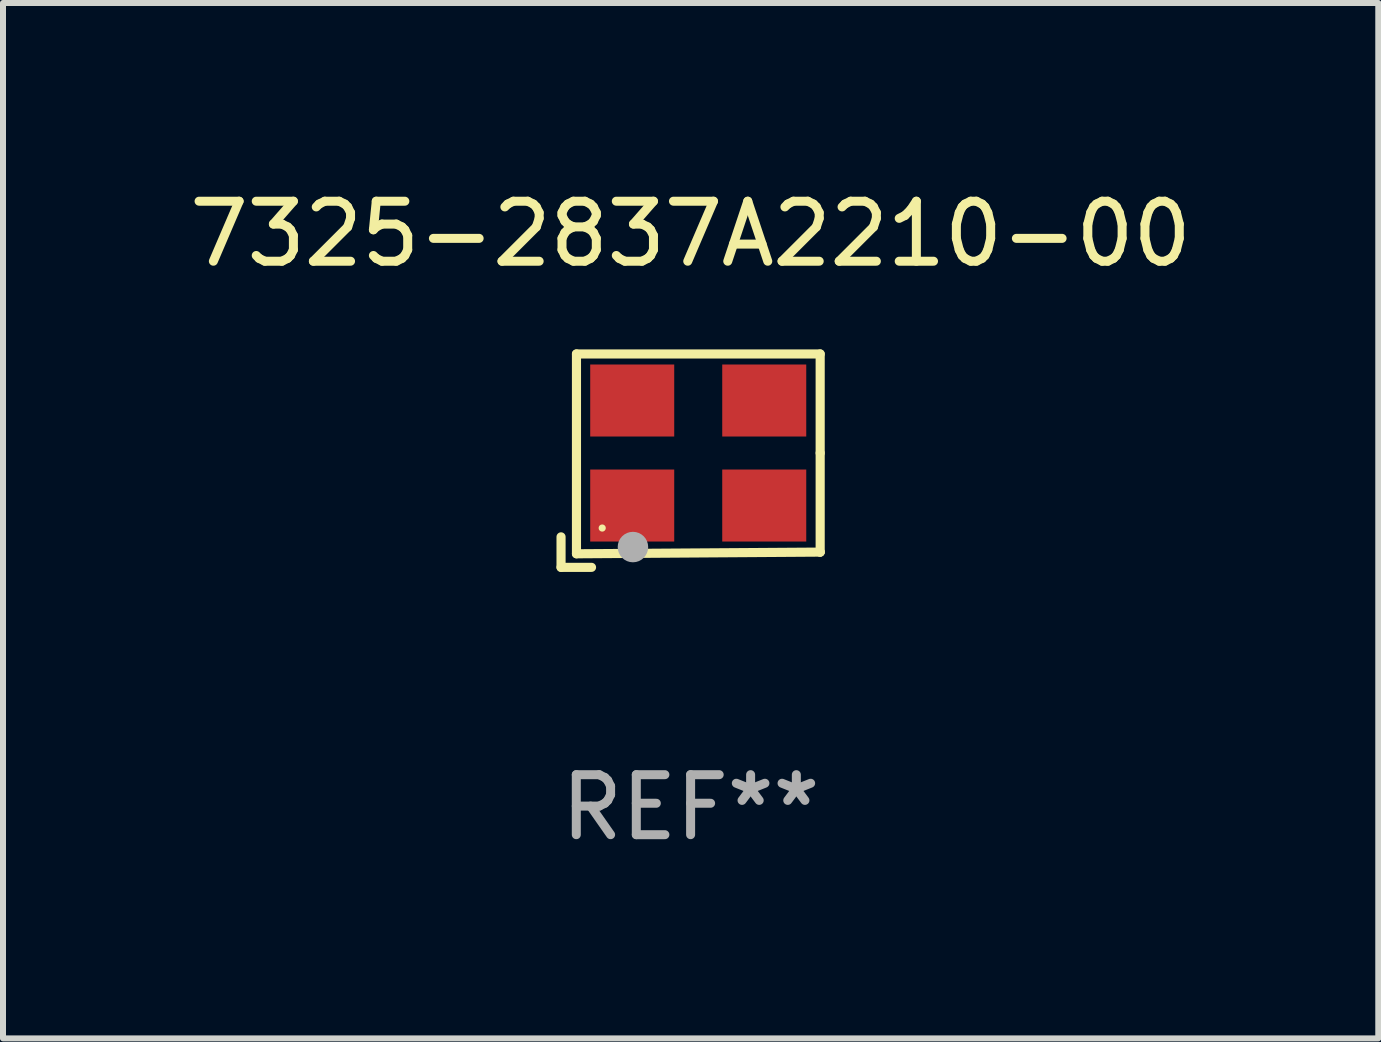
<source format=kicad_pcb>
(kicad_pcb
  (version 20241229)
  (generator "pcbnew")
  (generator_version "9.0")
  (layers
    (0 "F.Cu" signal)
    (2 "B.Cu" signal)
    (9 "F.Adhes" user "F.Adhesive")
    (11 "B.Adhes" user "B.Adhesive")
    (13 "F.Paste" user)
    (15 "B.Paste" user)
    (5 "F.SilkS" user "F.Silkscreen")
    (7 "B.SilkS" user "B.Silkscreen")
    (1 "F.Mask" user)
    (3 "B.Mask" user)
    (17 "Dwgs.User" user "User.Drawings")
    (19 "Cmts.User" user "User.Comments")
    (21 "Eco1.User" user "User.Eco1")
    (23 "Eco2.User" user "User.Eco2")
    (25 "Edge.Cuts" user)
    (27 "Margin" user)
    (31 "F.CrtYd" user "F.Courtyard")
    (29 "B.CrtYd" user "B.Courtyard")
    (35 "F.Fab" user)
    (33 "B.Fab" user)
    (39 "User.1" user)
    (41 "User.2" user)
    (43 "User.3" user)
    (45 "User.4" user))
  (footprint "7325-2837A2210-00"
    (layer "F.Cu")
    (at 8.458 4.626)
    (property "Reference" "7325-2837A2210-00" (at 0 -3.778 0) (layer "F.SilkS") (effects (font (size 1 1) (thickness 0.15))))
    (attr through_hole)
    (fp_line (start -2.159 1.27) (end -2.159 1.778) (stroke (width 0.152) (type solid)) (layer "F.SilkS"))
    (fp_line (start -2.159 1.778) (end -1.651 1.778) (stroke (width 0.152) (type solid)) (layer "F.SilkS"))
    (fp_line (start -1.902 -1.778) (end 2.159 -1.778) (stroke (width 0.152) (type solid)) (layer "F.SilkS"))
    (fp_line (start -1.902 1.552) (end -1.902 -1.778) (stroke (width 0.152) (type solid)) (layer "F.SilkS"))
    (fp_line (start 2.159 -1.778) (end 2.159 -0.127) (stroke (width 0.152) (type solid)) (layer "F.SilkS"))
    (fp_line (start 2.159 -0.127) (end 2.159 1.524) (stroke (width 0.152) (type solid)) (layer "F.SilkS"))
    (fp_line (start 2.159 1.524) (end -1.902 1.552) (stroke (width 0.152) (type solid)) (layer "F.SilkS"))
    (fp_line (start 2.159 1.524) (end 2.159 1.524) (stroke (width 0.152) (type solid)) (layer "F.SilkS"))
    (fp_circle (center -1.473 1.123) (end -1.443 1.123) (stroke (width 0.06) (type solid)) (fill no) (layer "F.SilkS"))
    (fp_circle (center -0.961 1.44) (end -0.834 1.44) (stroke (width 0.254) (type solid)) (fill no) (layer "F.Fab"))
    (fp_text user "REF**" (at 0 5.778 0) (layer "F.Fab") (effects (font (size 1 1) (thickness 0.15))))
    (pad "1" smd rect (at -0.973 0.748) (size 1.4 1.2) (layers "F.Cu" "F.Mask" "F.Paste"))
    (pad "2" smd rect (at 1.227 0.748) (size 1.4 1.2) (layers "F.Cu" "F.Mask" "F.Paste"))
    (pad "3" smd rect (at 1.227 -1.002) (size 1.4 1.2) (layers "F.Cu" "F.Mask" "F.Paste"))
    (pad "4" smd rect (at -0.973 -1.002) (size 1.4 1.2) (layers "F.Cu" "F.Mask" "F.Paste")))
  (gr_rect
    (start -3 -3)
    (end 19.917 14.253)
    (stroke (width 0.1) (type default))
    (fill no)
    (layer "Edge.Cuts")))
</source>
